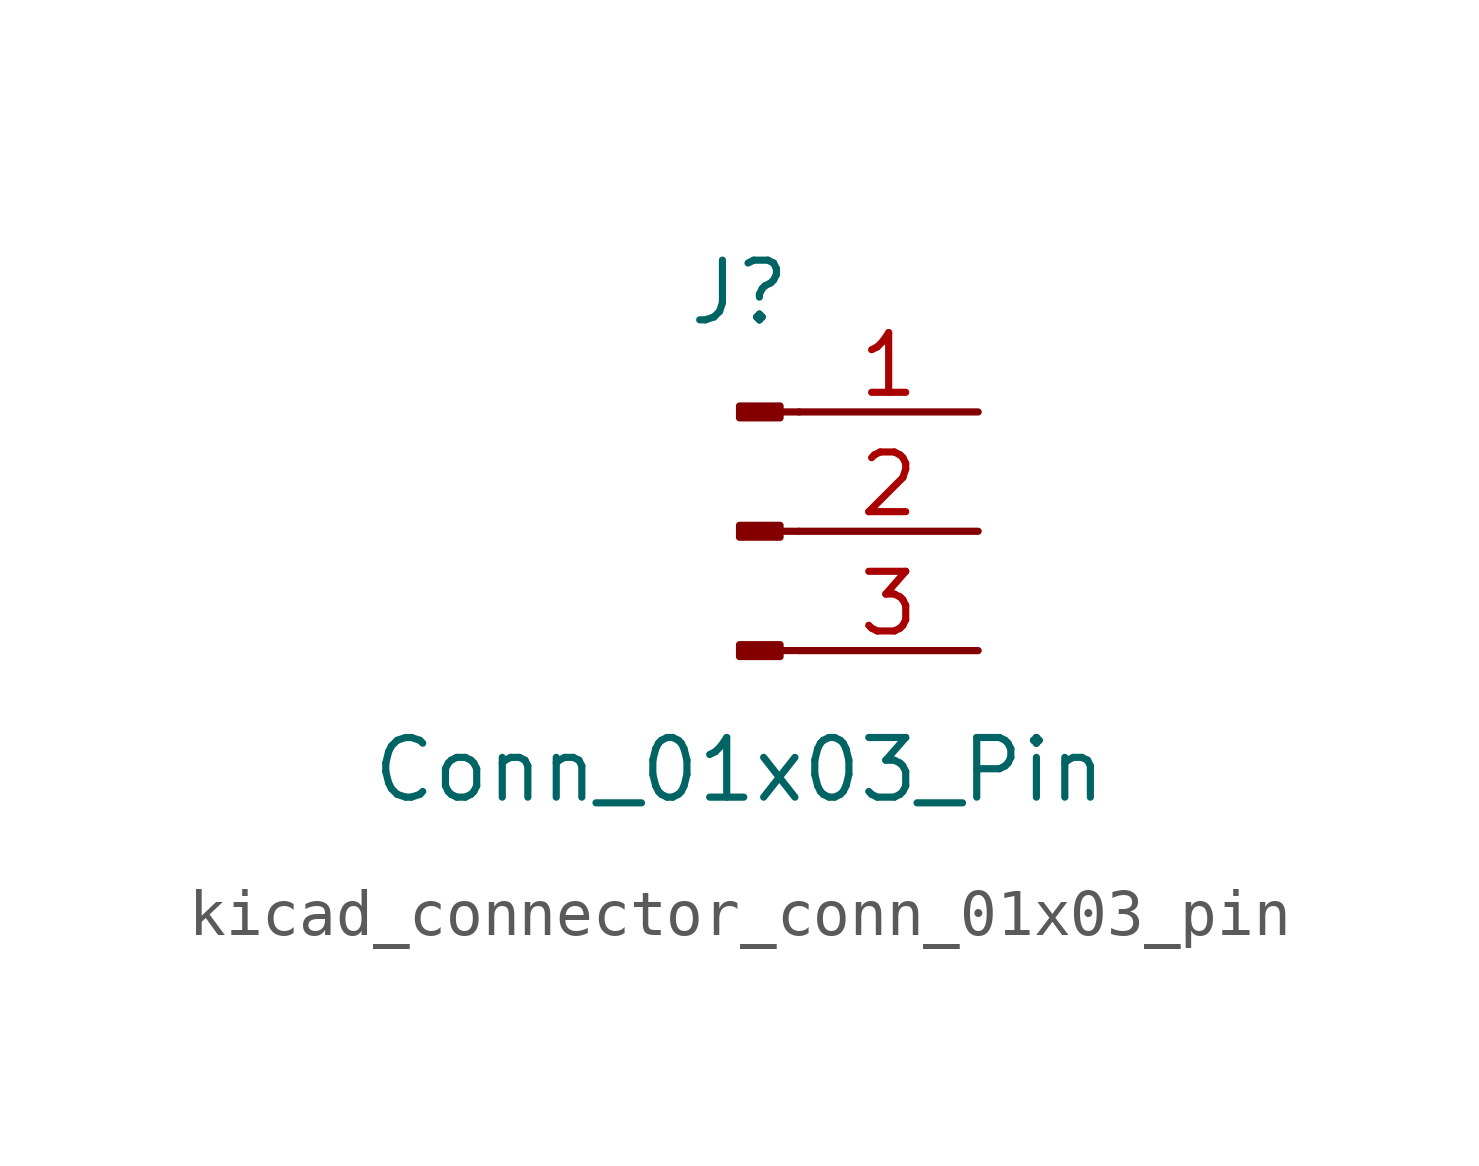
<source format=kicad_sym>
(kicad_symbol_lib
  (version 20220914)
  (generator kicad_symbol_editor)
  (symbol "kicad_connector_conn_01x03_pin"
    (pin_names
      (offset 1.016) hide)
    (property "Reference" "J"
      (at 0 5.08 0)
      (effects (font (size 1.27 1.27))))
    (property "Value" "Conn_01x03_Pin"
      (at 0 -5.08 0)
      (effects (font (size 1.27 1.27))))
    (property "ki_locked" ""
      (at 0 0 0)
      (effects (font (size 1.27 1.27))))
    (symbol "kicad_connector_conn_01x03_pin_1_1"
      (polyline (pts (xy 1.27 -2.54) (xy 0.864 -2.54)) (stroke (width 0.152) (type default)) (fill (type none)))
      (polyline (pts (xy 1.27 0) (xy 0.864 0)) (stroke (width 0.152) (type default)) (fill (type none)))
      (polyline (pts (xy 1.27 2.54) (xy 0.864 2.54)) (stroke (width 0.152) (type default)) (fill (type none)))
      (rectangle (start 0.864 -2.413) (end 0 -2.667) (stroke (width 0.152) (type default)) (fill (type outline)))
      (rectangle (start 0.864 0.127) (end 0 -0.127) (stroke (width 0.152) (type default)) (fill (type outline)))
      (rectangle (start 0.864 2.667) (end 0 2.413) (stroke (width 0.152) (type default)) (fill (type outline)))
      (pin passive line (at 5.08 2.54 180) (length 3.81) (name "Pin_1" (effects (font (size 1.27 1.27)))) (number "1" (effects (font (size 1.27 1.27)))))
      (pin passive line (at 5.08 0 180) (length 3.81) (name "Pin_2" (effects (font (size 1.27 1.27)))) (number "2" (effects (font (size 1.27 1.27)))))
      (pin passive line (at 5.08 -2.54 180) (length 3.81) (name "Pin_3" (effects (font (size 1.27 1.27)))) (number "3" (effects (font (size 1.27 1.27))))))))
</source>
